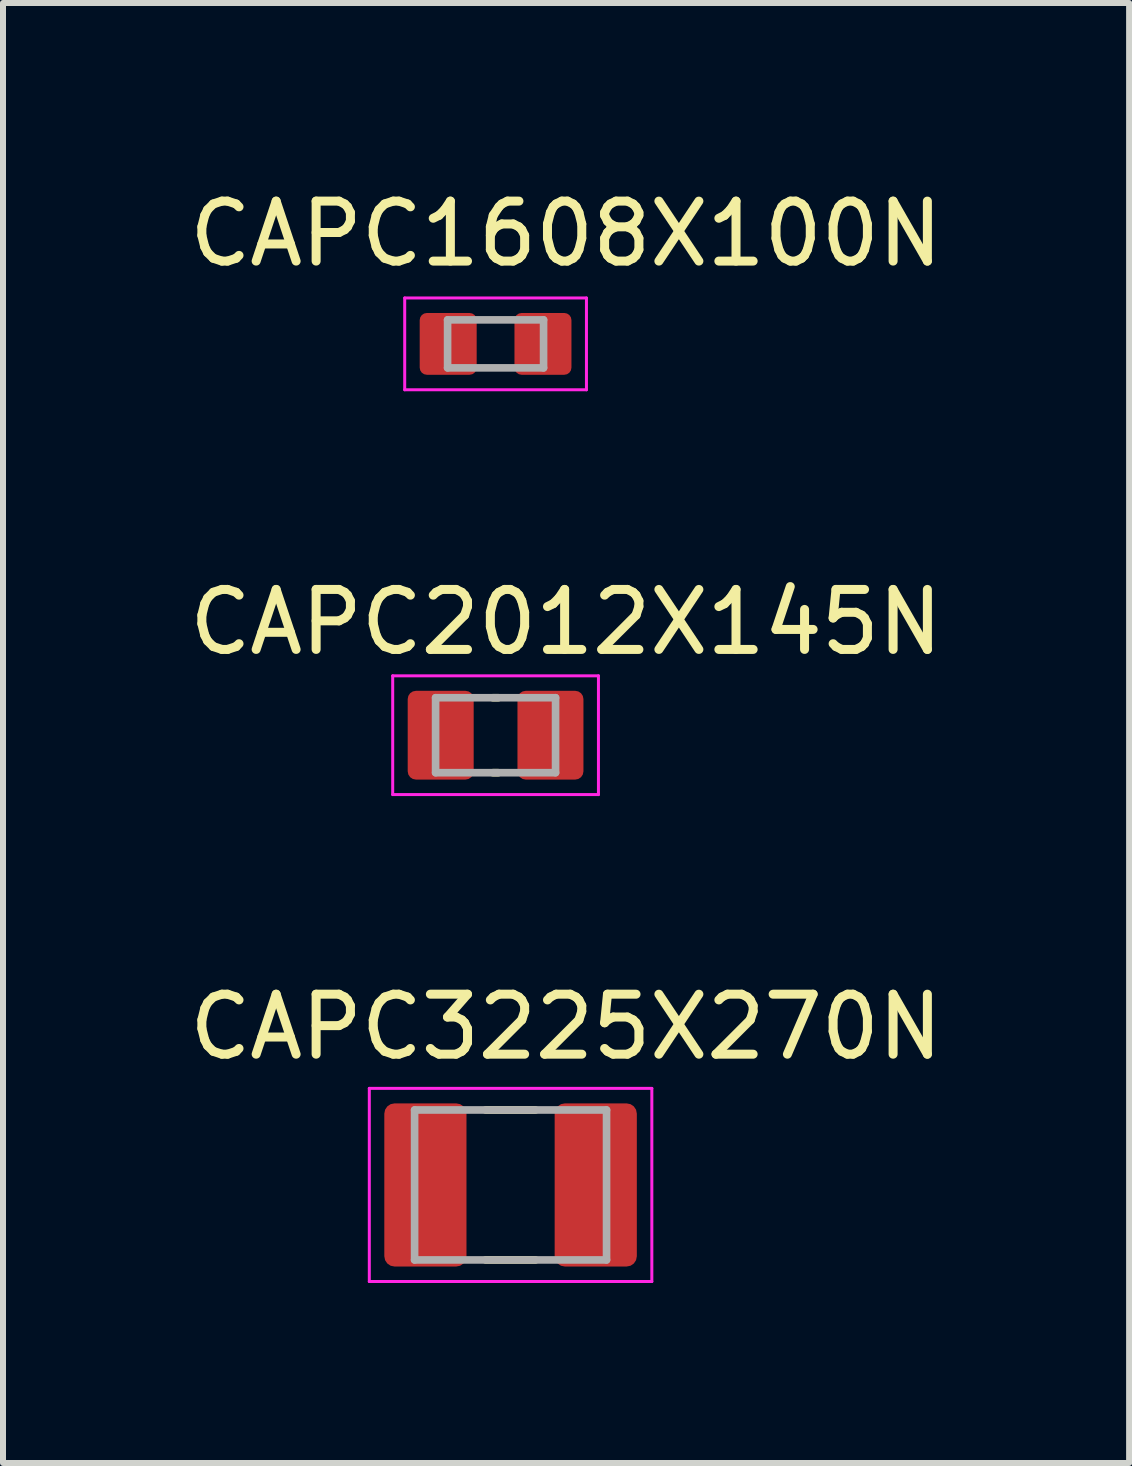
<source format=kicad_pcb>
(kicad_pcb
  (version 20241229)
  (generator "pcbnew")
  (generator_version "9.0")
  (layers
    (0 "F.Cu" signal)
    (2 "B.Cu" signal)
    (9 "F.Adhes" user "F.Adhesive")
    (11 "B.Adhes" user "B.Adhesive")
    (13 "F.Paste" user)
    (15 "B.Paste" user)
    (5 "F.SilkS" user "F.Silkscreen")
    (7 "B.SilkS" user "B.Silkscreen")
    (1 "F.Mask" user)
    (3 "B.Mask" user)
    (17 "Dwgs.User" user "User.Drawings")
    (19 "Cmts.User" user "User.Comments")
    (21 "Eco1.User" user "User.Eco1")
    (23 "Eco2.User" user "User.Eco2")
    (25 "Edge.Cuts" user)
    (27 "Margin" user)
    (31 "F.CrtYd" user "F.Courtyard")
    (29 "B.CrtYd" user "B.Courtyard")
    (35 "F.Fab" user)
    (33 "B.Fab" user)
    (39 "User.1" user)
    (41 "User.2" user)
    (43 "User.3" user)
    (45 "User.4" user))
  (footprint "CAPC1608X100N"
    (layer "F.Cu")
    (at 5.212 2.683)
    (property "Reference" "CAPC1608X100N" (at 1.175 -1.835 0) (layer "F.SilkS") (effects (font (size 1 1) (thickness 0.15))))
    (attr smd)
    (fp_line (start -1.515 -0.765) (end 1.515 -0.765) (stroke (width 0.05) (type solid)) (layer "F.CrtYd"))
    (fp_line (start -1.515 0.765) (end -1.515 -0.765) (stroke (width 0.05) (type solid)) (layer "F.CrtYd"))
    (fp_line (start 1.515 -0.765) (end 1.515 0.765) (stroke (width 0.05) (type solid)) (layer "F.CrtYd"))
    (fp_line (start 1.515 0.765) (end -1.515 0.765) (stroke (width 0.05) (type solid)) (layer "F.CrtYd"))
    (fp_line (start -0.8 -0.4) (end 0.8 -0.4) (stroke (width 0.127) (type solid)) (layer "F.Fab"))
    (fp_line (start -0.8 0.4) (end -0.8 -0.4) (stroke (width 0.127) (type solid)) (layer "F.Fab"))
    (fp_line (start 0.8 -0.4) (end 0.8 0.4) (stroke (width 0.127) (type solid)) (layer "F.Fab"))
    (fp_line (start 0.8 0.4) (end -0.8 0.4) (stroke (width 0.127) (type solid)) (layer "F.Fab"))
    (pad "1" smd roundrect (at -0.79 0) (size 0.95 1.03) (layers "F.Cu" "F.Mask" "F.Paste") (roundrect_rratio 0.125))
    (pad "2" smd roundrect (at 0.79 0) (size 0.95 1.03) (layers "F.Cu" "F.Mask" "F.Paste") (roundrect_rratio 0.125)))
  (footprint "CAPC3225X270N"
    (layer "F.Cu")
    (at 5.462 16.705)
    (property "Reference" "CAPC3225X270N" (at 0.925 -2.635 0) (layer "F.SilkS") (effects (font (size 1 1) (thickness 0.15))))
    (attr smd)
    (fp_line (start -0.415 -1.25) (end 0.415 -1.25) (stroke (width 0.127) (type solid)) (layer "F.SilkS"))
    (fp_line (start -0.415 1.25) (end 0.415 1.25) (stroke (width 0.127) (type solid)) (layer "F.SilkS"))
    (fp_line (start -2.355 -1.61) (end 2.355 -1.61) (stroke (width 0.05) (type solid)) (layer "F.CrtYd"))
    (fp_line (start -2.355 1.61) (end -2.355 -1.61) (stroke (width 0.05) (type solid)) (layer "F.CrtYd"))
    (fp_line (start 2.355 -1.61) (end 2.355 1.61) (stroke (width 0.05) (type solid)) (layer "F.CrtYd"))
    (fp_line (start 2.355 1.61) (end -2.355 1.61) (stroke (width 0.05) (type solid)) (layer "F.CrtYd"))
    (fp_line (start -1.6 -1.25) (end 1.6 -1.25) (stroke (width 0.127) (type solid)) (layer "F.Fab"))
    (fp_line (start -1.6 1.25) (end -1.6 -1.25) (stroke (width 0.127) (type solid)) (layer "F.Fab"))
    (fp_line (start 1.6 -1.25) (end 1.6 1.25) (stroke (width 0.127) (type solid)) (layer "F.Fab"))
    (fp_line (start 1.6 1.25) (end -1.6 1.25) (stroke (width 0.127) (type solid)) (layer "F.Fab"))
    (pad "1" smd roundrect (at -1.42 0) (size 1.37 2.72) (layers "F.Cu" "F.Mask" "F.Paste") (roundrect_rratio 0.125))
    (pad "2" smd roundrect (at 1.42 0) (size 1.37 2.72) (layers "F.Cu" "F.Mask" "F.Paste") (roundrect_rratio 0.125)))
  (footprint "CAPC2012X145N"
    (layer "F.Cu")
    (at 5.212 9.207)
    (property "Reference" "CAPC2012X145N" (at 1.175 -1.885 0) (layer "F.SilkS") (effects (font (size 1 1) (thickness 0.15))))
    (attr smd)
    (fp_line (start -0.045 -0.625) (end 0.045 -0.625) (stroke (width 0.127) (type solid)) (layer "F.SilkS"))
    (fp_line (start 0.045 0.625) (end -0.045 0.625) (stroke (width 0.127) (type solid)) (layer "F.SilkS"))
    (fp_line (start -1.715 -0.99) (end 1.715 -0.99) (stroke (width 0.05) (type solid)) (layer "F.CrtYd"))
    (fp_line (start -1.715 0.99) (end -1.715 -0.99) (stroke (width 0.05) (type solid)) (layer "F.CrtYd"))
    (fp_line (start 1.715 -0.99) (end 1.715 0.99) (stroke (width 0.05) (type solid)) (layer "F.CrtYd"))
    (fp_line (start 1.715 0.99) (end -1.715 0.99) (stroke (width 0.05) (type solid)) (layer "F.CrtYd"))
    (fp_line (start -1 -0.625) (end 1 -0.625) (stroke (width 0.127) (type solid)) (layer "F.Fab"))
    (fp_line (start -1 0.625) (end -1 -0.625) (stroke (width 0.127) (type solid)) (layer "F.Fab"))
    (fp_line (start 1 -0.625) (end 1 0.625) (stroke (width 0.127) (type solid)) (layer "F.Fab"))
    (fp_line (start 1 0.625) (end -1 0.625) (stroke (width 0.127) (type solid)) (layer "F.Fab"))
    (pad "1" smd roundrect (at -0.915 0) (size 1.1 1.48) (layers "F.Cu" "F.Mask" "F.Paste") (roundrect_rratio 0.125))
    (pad "2" smd roundrect (at 0.915 0) (size 1.1 1.48) (layers "F.Cu" "F.Mask" "F.Paste") (roundrect_rratio 0.125)))
  (gr_rect
    (start -3 -3)
    (end 15.774 21.34)
    (stroke (width 0.1) (type default))
    (fill no)
    (layer "Edge.Cuts")))
</source>
